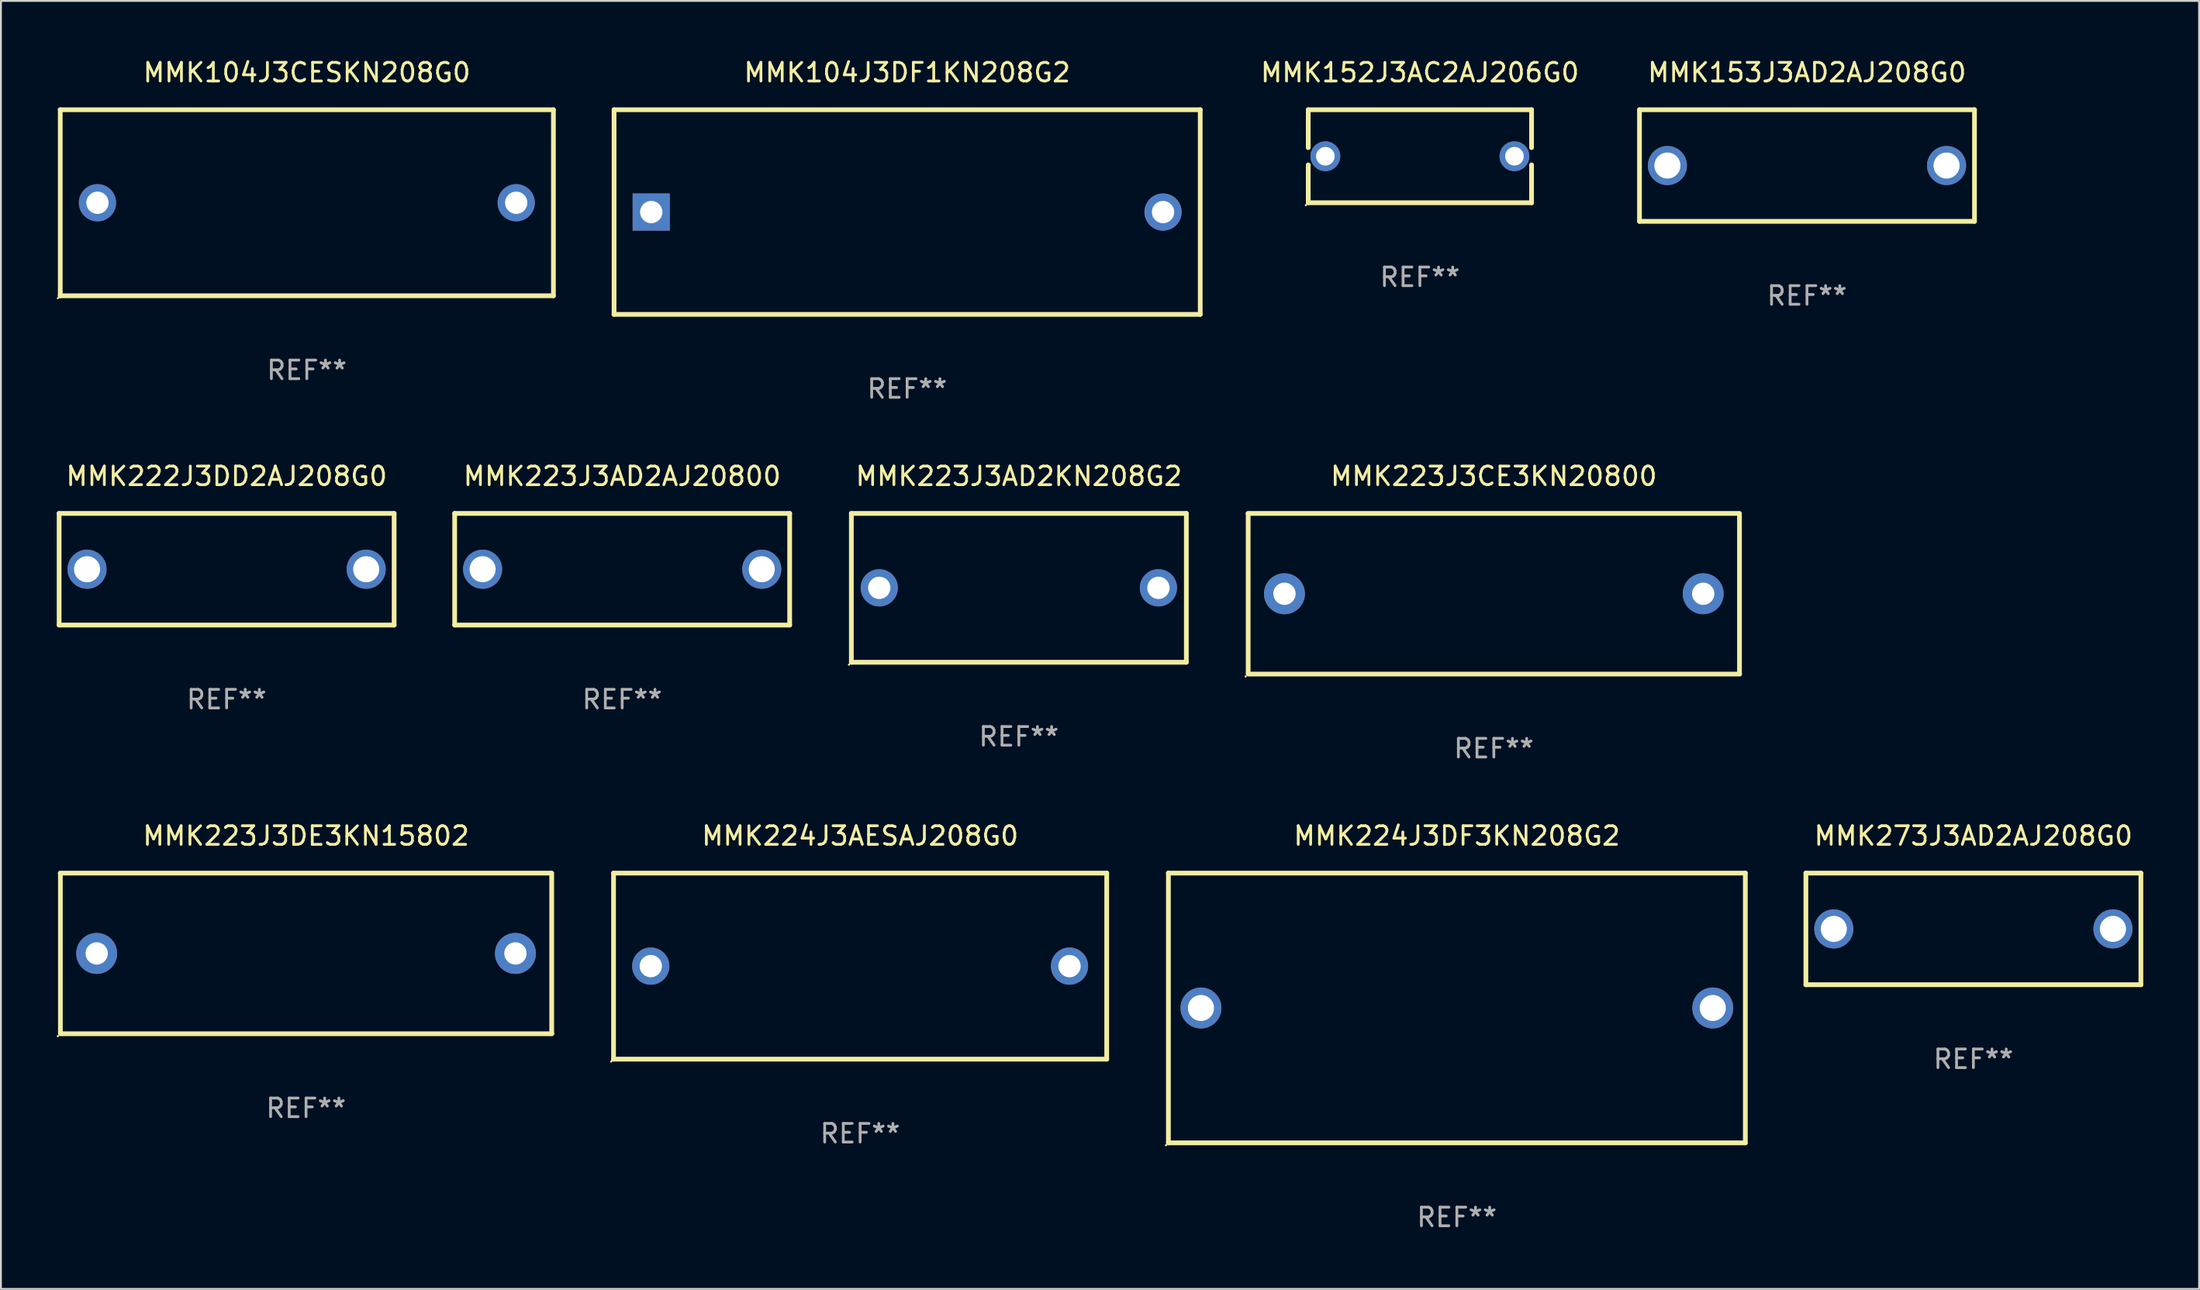
<source format=kicad_pcb>
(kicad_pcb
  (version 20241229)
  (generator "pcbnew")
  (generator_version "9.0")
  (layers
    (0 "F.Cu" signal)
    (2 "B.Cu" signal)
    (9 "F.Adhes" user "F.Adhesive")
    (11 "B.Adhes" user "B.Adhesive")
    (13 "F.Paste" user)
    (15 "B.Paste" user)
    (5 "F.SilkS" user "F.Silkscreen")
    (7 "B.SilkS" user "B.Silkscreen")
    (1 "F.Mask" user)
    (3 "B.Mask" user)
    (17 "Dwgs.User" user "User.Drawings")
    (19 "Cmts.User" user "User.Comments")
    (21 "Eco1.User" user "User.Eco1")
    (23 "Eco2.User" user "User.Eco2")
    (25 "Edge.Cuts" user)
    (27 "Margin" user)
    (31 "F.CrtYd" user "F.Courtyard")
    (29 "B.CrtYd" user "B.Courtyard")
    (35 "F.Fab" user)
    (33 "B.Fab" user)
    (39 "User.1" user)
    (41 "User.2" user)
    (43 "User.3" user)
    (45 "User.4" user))
  (footprint "MMK222J3DD2AJ208G0"
    (layer "F.Cu")
    (at 9.127 27.545)
    (property "Reference" "MMK222J3DD2AJ208G0" (at 0 -5 0) (layer "F.SilkS") (effects (font (size 1 1) (thickness 0.15))))
    (attr through_hole)
    (fp_line (start -9 -3) (end 9 -3) (stroke (width 0.254) (type solid)) (layer "F.SilkS"))
    (fp_line (start -9 3) (end -9 -3) (stroke (width 0.254) (type solid)) (layer "F.SilkS"))
    (fp_line (start 9 -3) (end 9 3) (stroke (width 0.254) (type solid)) (layer "F.SilkS"))
    (fp_line (start 9 3) (end -9 3) (stroke (width 0.254) (type solid)) (layer "F.SilkS"))
    (fp_circle (center -9 3) (end -8.97 3) (stroke (width 0.06) (type solid)) (fill no) (layer "F.SilkS"))
    (fp_text user "REF**" (at 0 7 0) (layer "F.Fab") (effects (font (size 1 1) (thickness 0.15))))
    (pad "1" thru_hole circle (at -7.5 0) (size 2.1 2.1) (drill 1.4) (layers "*.Cu" "*.Mask"))
    (pad "2" thru_hole circle (at 7.5 0) (size 2.1 2.1) (drill 1.4) (layers "*.Cu" "*.Mask")))
  (footprint "MMK104J3DF1KN208G2"
    (layer "F.Cu")
    (at 45.693 8.348)
    (property "Reference" "MMK104J3DF1KN208G2" (at 0 -7.5 0) (layer "F.SilkS") (effects (font (size 1 1) (thickness 0.15))))
    (attr through_hole)
    (fp_line (start -15.748 -5.5) (end 15.752 -5.5) (stroke (width 0.254) (type solid)) (layer "F.SilkS"))
    (fp_line (start -15.748 5.5) (end -15.748 -5.5) (stroke (width 0.254) (type solid)) (layer "F.SilkS"))
    (fp_line (start 15.748 -5.5) (end 15.748 5.5) (stroke (width 0.254) (type solid)) (layer "F.SilkS"))
    (fp_line (start 15.748 5.5) (end -15.752 5.5) (stroke (width 0.254) (type solid)) (layer "F.SilkS"))
    (fp_circle (center -15.75 5.5) (end -15.72 5.5) (stroke (width 0.06) (type solid)) (fill no) (layer "F.SilkS"))
    (fp_text user "REF**" (at 0 9.5 0) (layer "F.Fab") (effects (font (size 1 1) (thickness 0.15))))
    (pad "1" thru_hole rect (at -13.75 0) (size 2 2) (drill 1.2) (layers "*.Cu" "*.Mask"))
    (pad "2" thru_hole circle (at 13.75 0) (size 2 2) (drill 1.2) (layers "*.Cu" "*.Mask")))
  (footprint "MMK152J3AC2AJ206G0"
    (layer "F.Cu")
    (at 73.245 5.348)
    (property "Reference" "MMK152J3AC2AJ206G0" (at 0 -4.5 0) (layer "F.SilkS") (effects (font (size 1 1) (thickness 0.15))))
    (attr through_hole)
    (fp_line (start -6 -2.5) (end 6 -2.5) (stroke (width 0.254) (type solid)) (layer "F.SilkS"))
    (fp_line (start -6 -0.463) (end -6 -2.5) (stroke (width 0.254) (type solid)) (layer "F.SilkS"))
    (fp_line (start -6 2.5) (end -6 0.463) (stroke (width 0.254) (type solid)) (layer "F.SilkS"))
    (fp_line (start 6 -2.5) (end 6 -0.463) (stroke (width 0.254) (type solid)) (layer "F.SilkS"))
    (fp_line (start 6 0.463) (end 6 2.5) (stroke (width 0.254) (type solid)) (layer "F.SilkS"))
    (fp_line (start 6 2.5) (end -6 2.5) (stroke (width 0.254) (type solid)) (layer "F.SilkS"))
    (fp_circle (center -6.127 2.627) (end -6.097 2.627) (stroke (width 0.06) (type solid)) (fill no) (layer "F.SilkS"))
    (fp_text user "REF**" (at 0 6.5 0) (layer "F.Fab") (effects (font (size 1 1) (thickness 0.15))))
    (pad "1" thru_hole circle (at -5.08 0) (size 1.6 1.6) (drill 1) (layers "*.Cu" "*.Mask"))
    (pad "2" thru_hole circle (at 5.08 0) (size 1.6 1.6) (drill 1) (layers "*.Cu" "*.Mask")))
  (footprint "MMK223J3AD2KN208G2"
    (layer "F.Cu")
    (at 51.695 28.545)
    (property "Reference" "MMK223J3AD2KN208G2" (at 0 -6 0) (layer "F.SilkS") (effects (font (size 1 1) (thickness 0.15))))
    (attr through_hole)
    (fp_line (start -9 -4) (end 9 -4) (stroke (width 0.254) (type solid)) (layer "F.SilkS"))
    (fp_line (start -9 4) (end -9 -4) (stroke (width 0.254) (type solid)) (layer "F.SilkS"))
    (fp_line (start 9 -4) (end 9 4) (stroke (width 0.254) (type solid)) (layer "F.SilkS"))
    (fp_line (start 9 4) (end -9 4) (stroke (width 0.254) (type solid)) (layer "F.SilkS"))
    (fp_circle (center -9.127 4.127) (end -9.097 4.127) (stroke (width 0.06) (type solid)) (fill no) (layer "F.SilkS"))
    (fp_text user "REF**" (at 0 8 0) (layer "F.Fab") (effects (font (size 1 1) (thickness 0.15))))
    (pad "1" thru_hole circle (at -7.5 0) (size 2 2) (drill 1.2) (layers "*.Cu" "*.Mask"))
    (pad "2" thru_hole circle (at 7.5 0) (size 2 2) (drill 1.2) (layers "*.Cu" "*.Mask")))
  (footprint "MMK104J3CESKN208G0"
    (layer "F.Cu")
    (at 13.437 7.848)
    (property "Reference" "MMK104J3CESKN208G0" (at 0 -7 0) (layer "F.SilkS") (effects (font (size 1 1) (thickness 0.15))))
    (attr through_hole)
    (fp_line (start -13.25 -5) (end 13.25 -5) (stroke (width 0.254) (type solid)) (layer "F.SilkS"))
    (fp_line (start -13.25 5) (end -13.25 -5) (stroke (width 0.254) (type solid)) (layer "F.SilkS"))
    (fp_line (start 13.25 -5) (end 13.25 5) (stroke (width 0.254) (type solid)) (layer "F.SilkS"))
    (fp_line (start 13.25 5) (end -13.25 5) (stroke (width 0.254) (type solid)) (layer "F.SilkS"))
    (fp_circle (center -13.377 5.127) (end -13.347 5.127) (stroke (width 0.06) (type solid)) (fill no) (layer "F.SilkS"))
    (fp_text user "REF**" (at 0 9 0) (layer "F.Fab") (effects (font (size 1 1) (thickness 0.15))))
    (pad "1" thru_hole circle (at -11.25 0) (size 2 2) (drill 1.2) (layers "*.Cu" "*.Mask"))
    (pad "2" thru_hole circle (at 11.25 0) (size 2 2) (drill 1.2) (layers "*.Cu" "*.Mask")))
  (footprint "MMK223J3AD2AJ20800"
    (layer "F.Cu")
    (at 30.381 27.545)
    (property "Reference" "MMK223J3AD2AJ20800" (at 0 -5 0) (layer "F.SilkS") (effects (font (size 1 1) (thickness 0.15))))
    (attr through_hole)
    (fp_line (start -9 -3) (end 9 -3) (stroke (width 0.254) (type solid)) (layer "F.SilkS"))
    (fp_line (start -9 3) (end -9 -3) (stroke (width 0.254) (type solid)) (layer "F.SilkS"))
    (fp_line (start 9 -3) (end 9 3) (stroke (width 0.254) (type solid)) (layer "F.SilkS"))
    (fp_line (start 9 3) (end -9 3) (stroke (width 0.254) (type solid)) (layer "F.SilkS"))
    (fp_circle (center -9 3) (end -8.97 3) (stroke (width 0.06) (type solid)) (fill no) (layer "F.SilkS"))
    (fp_text user "REF**" (at 0 7 0) (layer "F.Fab") (effects (font (size 1 1) (thickness 0.15))))
    (pad "1" thru_hole circle (at -7.5 0) (size 2.1 2.1) (drill 1.4) (layers "*.Cu" "*.Mask"))
    (pad "2" thru_hole circle (at 7.5 0) (size 2.1 2.1) (drill 1.4) (layers "*.Cu" "*.Mask")))
  (footprint "MMK223J3DE3KN15802"
    (layer "F.Cu")
    (at 13.395 48.195)
    (property "Reference" "MMK223J3DE3KN15802" (at 0 -6.318 0) (layer "F.SilkS") (effects (font (size 1 1) (thickness 0.15))))
    (attr through_hole)
    (fp_line (start -13.208 -4.318) (end 13.193 -4.318) (stroke (width 0.254) (type solid)) (layer "F.SilkS"))
    (fp_line (start -13.2 4.3) (end -13.2 -4.3) (stroke (width 0.254) (type solid)) (layer "F.SilkS"))
    (fp_line (start 13.2 -4.3) (end 13.2 4.3) (stroke (width 0.254) (type solid)) (layer "F.SilkS"))
    (fp_line (start 13.208 4.318) (end -13.193 4.318) (stroke (width 0.254) (type solid)) (layer "F.SilkS"))
    (fp_circle (center -13.335 4.445) (end -13.305 4.445) (stroke (width 0.06) (type solid)) (fill no) (layer "F.SilkS"))
    (fp_text user "REF**" (at 0 8.318 0) (layer "F.Fab") (effects (font (size 1 1) (thickness 0.15))))
    (pad "1" thru_hole circle (at -11.25 0) (size 2.2 2.2) (drill 1.2) (layers "*.Cu" "*.Mask"))
    (pad "2" thru_hole circle (at 11.25 0) (size 2.2 2.2) (drill 1.2) (layers "*.Cu" "*.Mask")))
  (footprint "MMK224J3DF3KN208G2"
    (layer "F.Cu")
    (at 75.231 51.127)
    (property "Reference" "MMK224J3DF3KN208G2" (at 0 -9.25 0) (layer "F.SilkS") (effects (font (size 1 1) (thickness 0.15))))
    (attr through_hole)
    (fp_line (start -15.5 -7.25) (end 15.5 -7.25) (stroke (width 0.254) (type solid)) (layer "F.SilkS"))
    (fp_line (start -15.5 7.25) (end -15.5 -7.25) (stroke (width 0.254) (type solid)) (layer "F.SilkS"))
    (fp_line (start 15.5 -7.25) (end 15.5 7.25) (stroke (width 0.254) (type solid)) (layer "F.SilkS"))
    (fp_line (start 15.5 7.25) (end -15.5 7.25) (stroke (width 0.254) (type solid)) (layer "F.SilkS"))
    (fp_circle (center -15.627 7.377) (end -15.597 7.377) (stroke (width 0.06) (type solid)) (fill no) (layer "F.SilkS"))
    (fp_text user "REF**" (at 0 11.25 0) (layer "F.Fab") (effects (font (size 1 1) (thickness 0.15))))
    (pad "1" thru_hole circle (at -13.75 -0.000013) (size 2.2 2.2) (drill 1.4) (layers "*.Cu" "*.Mask"))
    (pad "2" thru_hole circle (at 13.75 -0.000013) (size 2.2 2.2) (drill 1.4) (layers "*.Cu" "*.Mask")))
  (footprint "MMK273J3AD2AJ208G0"
    (layer "F.Cu")
    (at 102.985 46.877)
    (property "Reference" "MMK273J3AD2AJ208G0" (at 0 -5 0) (layer "F.SilkS") (effects (font (size 1 1) (thickness 0.15))))
    (attr through_hole)
    (fp_line (start -9 -3) (end 9 -3) (stroke (width 0.254) (type solid)) (layer "F.SilkS"))
    (fp_line (start -9 3) (end -9 -3) (stroke (width 0.254) (type solid)) (layer "F.SilkS"))
    (fp_line (start 9 -3) (end 9 3) (stroke (width 0.254) (type solid)) (layer "F.SilkS"))
    (fp_line (start 9 3) (end -9 3) (stroke (width 0.254) (type solid)) (layer "F.SilkS"))
    (fp_circle (center -9 3) (end -8.97 3) (stroke (width 0.06) (type solid)) (fill no) (layer "F.SilkS"))
    (fp_text user "REF**" (at 0 7 0) (layer "F.Fab") (effects (font (size 1 1) (thickness 0.15))))
    (pad "1" thru_hole circle (at -7.5 0) (size 2.1 2.1) (drill 1.4) (layers "*.Cu" "*.Mask"))
    (pad "2" thru_hole circle (at 7.5 0) (size 2.1 2.1) (drill 1.4) (layers "*.Cu" "*.Mask")))
  (footprint "MMK153J3AD2AJ208G0"
    (layer "F.Cu")
    (at 94.044 5.848)
    (property "Reference" "MMK153J3AD2AJ208G0" (at 0 -5 0) (layer "F.SilkS") (effects (font (size 1 1) (thickness 0.15))))
    (attr through_hole)
    (fp_line (start -9 -3) (end 9 -3) (stroke (width 0.254) (type solid)) (layer "F.SilkS"))
    (fp_line (start -9 3) (end -9 -3) (stroke (width 0.254) (type solid)) (layer "F.SilkS"))
    (fp_line (start 9 -3) (end 9 3) (stroke (width 0.254) (type solid)) (layer "F.SilkS"))
    (fp_line (start 9 3) (end -9 3) (stroke (width 0.254) (type solid)) (layer "F.SilkS"))
    (fp_circle (center -9 3) (end -8.97 3) (stroke (width 0.06) (type solid)) (fill no) (layer "F.SilkS"))
    (fp_text user "REF**" (at 0 7 0) (layer "F.Fab") (effects (font (size 1 1) (thickness 0.15))))
    (pad "1" thru_hole circle (at -7.5 0) (size 2.1 2.1) (drill 1.4) (layers "*.Cu" "*.Mask"))
    (pad "2" thru_hole circle (at 7.5 0) (size 2.1 2.1) (drill 1.4) (layers "*.Cu" "*.Mask")))
  (footprint "MMK223J3CE3KN20800"
    (layer "F.Cu")
    (at 77.217 28.863)
    (property "Reference" "MMK223J3CE3KN20800" (at 0 -6.318 0) (layer "F.SilkS") (effects (font (size 1 1) (thickness 0.15))))
    (attr through_hole)
    (fp_line (start -13.208 -4.318) (end 13.193 -4.318) (stroke (width 0.254) (type solid)) (layer "F.SilkS"))
    (fp_line (start -13.2 4.3) (end -13.2 -4.3) (stroke (width 0.254) (type solid)) (layer "F.SilkS"))
    (fp_line (start 13.2 -4.3) (end 13.2 4.3) (stroke (width 0.254) (type solid)) (layer "F.SilkS"))
    (fp_line (start 13.208 4.318) (end -13.193 4.318) (stroke (width 0.254) (type solid)) (layer "F.SilkS"))
    (fp_circle (center -13.335 4.445) (end -13.305 4.445) (stroke (width 0.06) (type solid)) (fill no) (layer "F.SilkS"))
    (fp_text user "REF**" (at 0 8.318 0) (layer "F.Fab") (effects (font (size 1 1) (thickness 0.15))))
    (pad "1" thru_hole circle (at -11.25 0) (size 2.2 2.2) (drill 1.2) (layers "*.Cu" "*.Mask"))
    (pad "2" thru_hole circle (at 11.25 0) (size 2.2 2.2) (drill 1.2) (layers "*.Cu" "*.Mask")))
  (footprint "MMK224J3AESAJ208G0"
    (layer "F.Cu")
    (at 43.167 48.877)
    (property "Reference" "MMK224J3AESAJ208G0" (at 0 -7 0) (layer "F.SilkS") (effects (font (size 1 1) (thickness 0.15))))
    (attr through_hole)
    (fp_line (start -13.25 -5) (end 13.25 -5) (stroke (width 0.254) (type solid)) (layer "F.SilkS"))
    (fp_line (start -13.25 5) (end -13.25 -5) (stroke (width 0.254) (type solid)) (layer "F.SilkS"))
    (fp_line (start 13.25 -5) (end 13.25 5) (stroke (width 0.254) (type solid)) (layer "F.SilkS"))
    (fp_line (start 13.25 5) (end -13.25 5) (stroke (width 0.254) (type solid)) (layer "F.SilkS"))
    (fp_circle (center -13.377 5.127) (end -13.347 5.127) (stroke (width 0.06) (type solid)) (fill no) (layer "F.SilkS"))
    (fp_text user "REF**" (at 0 9 0) (layer "F.Fab") (effects (font (size 1 1) (thickness 0.15))))
    (pad "1" thru_hole circle (at -11.25 0) (size 2 2) (drill 1.2) (layers "*.Cu" "*.Mask"))
    (pad "2" thru_hole circle (at 11.25 0) (size 2 2) (drill 1.2) (layers "*.Cu" "*.Mask")))
  (gr_rect
    (start -3 -3)
    (end 115.112 66.226)
    (stroke (width 0.1) (type default))
    (fill no)
    (layer "Edge.Cuts")))
</source>
